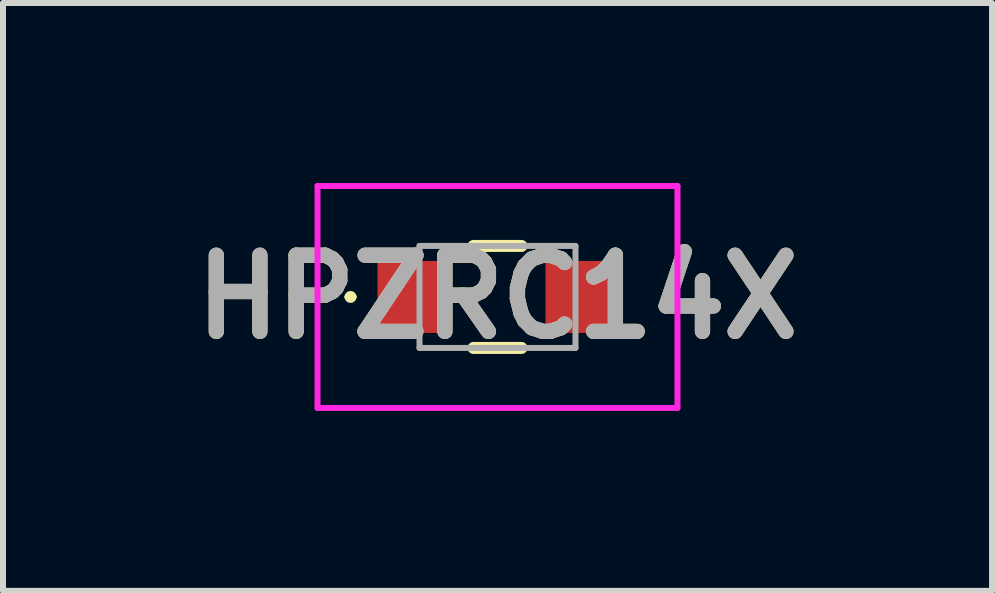
<source format=kicad_pcb>
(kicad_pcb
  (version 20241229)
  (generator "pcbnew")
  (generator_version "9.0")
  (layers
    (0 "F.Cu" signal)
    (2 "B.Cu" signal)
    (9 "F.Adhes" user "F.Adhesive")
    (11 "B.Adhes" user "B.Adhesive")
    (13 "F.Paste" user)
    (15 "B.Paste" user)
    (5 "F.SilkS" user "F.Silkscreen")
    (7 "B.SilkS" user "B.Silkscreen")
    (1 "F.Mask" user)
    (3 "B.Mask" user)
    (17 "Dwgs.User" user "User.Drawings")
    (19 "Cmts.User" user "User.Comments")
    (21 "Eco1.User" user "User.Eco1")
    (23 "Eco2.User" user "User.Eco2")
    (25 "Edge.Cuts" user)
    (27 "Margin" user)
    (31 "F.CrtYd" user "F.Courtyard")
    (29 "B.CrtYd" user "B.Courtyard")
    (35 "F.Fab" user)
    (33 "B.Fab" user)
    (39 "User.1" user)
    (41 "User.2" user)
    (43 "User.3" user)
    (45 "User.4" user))
  (footprint "HPZRC14X"
    (layer "F.Cu")
    (at 5.243 1.9)
    (property "Reference" "HPZRC14X" (at 0 0 0) (layer "F.SilkS") (effects (font (size 1.27 1.27) (thickness 0.254))))
    (attr smd)
    (fp_line (start -2.5 0) (end -2.5 0) (stroke (width 0.1) (type solid)) (layer "F.SilkS"))
    (fp_line (start -2.4 0) (end -2.4 0) (stroke (width 0.1) (type solid)) (layer "F.SilkS"))
    (fp_line (start -0.4 -0.85) (end 0.4 -0.85) (stroke (width 0.2) (type solid)) (layer "F.SilkS"))
    (fp_line (start 0.4 0.85) (end -0.4 0.85) (stroke (width 0.2) (type solid)) (layer "F.SilkS"))
    (fp_arc (start -2.5 0) (mid -2.45 -0.05) (end -2.4 0) (stroke (width 0.1) (type solid)) (layer "F.SilkS"))
    (fp_arc (start -2.4 0) (mid -2.45 0.05) (end -2.5 0) (stroke (width 0.1) (type solid)) (layer "F.SilkS"))
    (fp_line (start -3 -1.85) (end 3 -1.85) (stroke (width 0.1) (type solid)) (layer "F.CrtYd"))
    (fp_line (start -3 1.85) (end -3 -1.85) (stroke (width 0.1) (type solid)) (layer "F.CrtYd"))
    (fp_line (start 3 -1.85) (end 3 1.85) (stroke (width 0.1) (type solid)) (layer "F.CrtYd"))
    (fp_line (start 3 1.85) (end -3 1.85) (stroke (width 0.1) (type solid)) (layer "F.CrtYd"))
    (fp_line (start -1.3 -0.85) (end 1.3 -0.85) (stroke (width 0.1) (type solid)) (layer "F.Fab"))
    (fp_line (start -1.3 0.85) (end -1.3 -0.85) (stroke (width 0.1) (type solid)) (layer "F.Fab"))
    (fp_line (start 1.3 -0.85) (end 1.3 0.85) (stroke (width 0.1) (type solid)) (layer "F.Fab"))
    (fp_line (start 1.3 0.85) (end -1.3 0.85) (stroke (width 0.1) (type solid)) (layer "F.Fab"))
    (fp_text user "${REFERENCE}" (at 0 0 0) (layer "F.Fab") (effects (font (size 1.27 1.27) (thickness 0.254))))
    (pad "1" smd rect (at -1.4 0 90) (size 1.2 1.2) (layers "F.Cu" "F.Mask" "F.Paste"))
    (pad "2" smd rect (at 1.4 0 90) (size 1.2 1.2) (layers "F.Cu" "F.Mask" "F.Paste")))
  (gr_rect
    (start -3 -3)
    (end 13.487 6.8)
    (stroke (width 0.1) (type default))
    (fill no)
    (layer "Edge.Cuts")))
</source>
